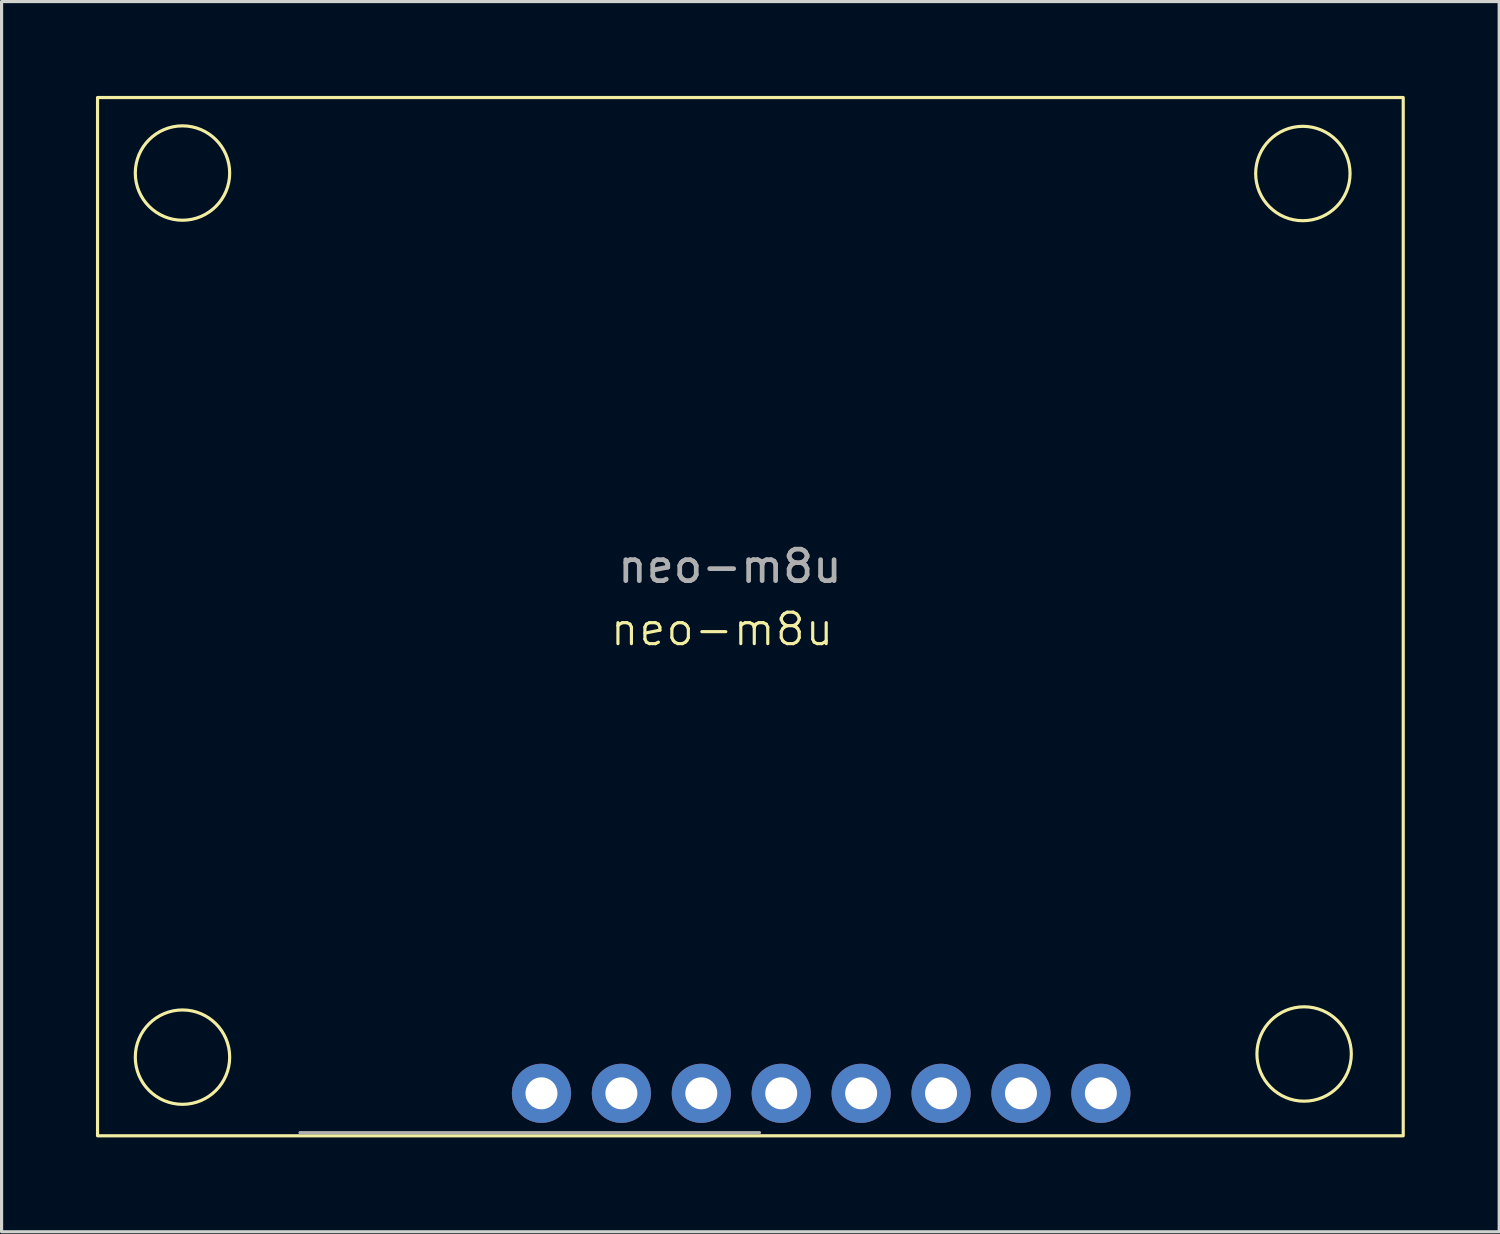
<source format=kicad_pcb>
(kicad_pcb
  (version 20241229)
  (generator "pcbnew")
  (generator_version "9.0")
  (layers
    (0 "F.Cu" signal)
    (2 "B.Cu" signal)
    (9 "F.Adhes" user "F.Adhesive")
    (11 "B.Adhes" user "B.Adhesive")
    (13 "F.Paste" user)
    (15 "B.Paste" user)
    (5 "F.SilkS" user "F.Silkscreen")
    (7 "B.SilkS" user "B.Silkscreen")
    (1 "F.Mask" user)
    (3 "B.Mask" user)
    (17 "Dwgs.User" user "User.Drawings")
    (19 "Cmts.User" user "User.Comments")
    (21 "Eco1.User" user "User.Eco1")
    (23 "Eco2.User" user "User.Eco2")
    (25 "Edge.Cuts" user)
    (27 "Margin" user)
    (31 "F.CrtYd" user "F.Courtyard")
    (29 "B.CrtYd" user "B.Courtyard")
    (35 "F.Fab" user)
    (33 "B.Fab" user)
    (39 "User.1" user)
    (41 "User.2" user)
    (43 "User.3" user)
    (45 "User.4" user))
  (footprint "neo-m8u"
    (layer "F.Cu")
    (at 2.15 30.95)
    (property "Reference" "neo-m8u" (at 17.75 -14 0) (unlocked yes) (layer "F.SilkS") (effects (font (size 1 1) (thickness 0.1))))
    (attr smd)
    (fp_rect (start -2.1 -30.9) (end 39.4 2.1) (stroke (width 0.1) (type solid)) (fill no) (layer "F.SilkS"))
    (fp_circle (center 0.6 -28.5) (end 2.1 -28.5) (stroke (width 0.1) (type solid)) (fill no) (layer "F.SilkS"))
    (fp_circle (center 0.6 -0.4) (end 2.1 -0.4) (stroke (width 0.1) (type solid)) (fill no) (layer "F.SilkS"))
    (fp_circle (center 36.21 -28.485) (end 37.71 -28.485) (stroke (width 0.1) (type solid)) (fill no) (layer "F.SilkS"))
    (fp_circle (center 36.25 -0.5) (end 37.75 -0.5) (stroke (width 0.1) (type solid)) (fill no) (layer "F.SilkS"))
    (fp_line (start 18.94 2) (end 4.335 2) (stroke (width 0.1) (type solid)) (layer "F.Fab"))
    (fp_text user "${REFERENCE}" (at 18 -16 0) (unlocked yes) (layer "F.Fab") (effects (font (size 1 1) (thickness 0.15))))
    (pad "1" thru_hole circle (at 29.79 0.75 90) (size 1.88 1.88) (drill 1.016) (layers "*.Cu" "*.Mask"))
    (pad "2" thru_hole circle (at 27.25 0.75 90) (size 1.88 1.88) (drill 1.016) (layers "*.Cu" "*.Mask"))
    (pad "3" thru_hole circle (at 24.71 0.75 90) (size 1.88 1.88) (drill 1.016) (layers "*.Cu" "*.Mask"))
    (pad "4" thru_hole circle (at 22.17 0.75 90) (size 1.88 1.88) (drill 1.016) (layers "*.Cu" "*.Mask"))
    (pad "5" thru_hole circle (at 19.63 0.75 90) (size 1.88 1.88) (drill 1.016) (layers "*.Cu" "*.Mask"))
    (pad "6" thru_hole circle (at 17.09 0.75 90) (size 1.88 1.88) (drill 1.016) (layers "*.Cu" "*.Mask"))
    (pad "7" thru_hole circle (at 14.55 0.75 90) (size 1.88 1.88) (drill 1.016) (layers "*.Cu" "*.Mask"))
    (pad "8" thru_hole circle (at 12.01 0.75 90) (size 1.88 1.88) (drill 1.016) (layers "*.Cu" "*.Mask")))
  (gr_rect
    (start -3 -3)
    (end 44.6 36.1)
    (stroke (width 0.1) (type default))
    (fill no)
    (layer "Edge.Cuts")))
</source>
